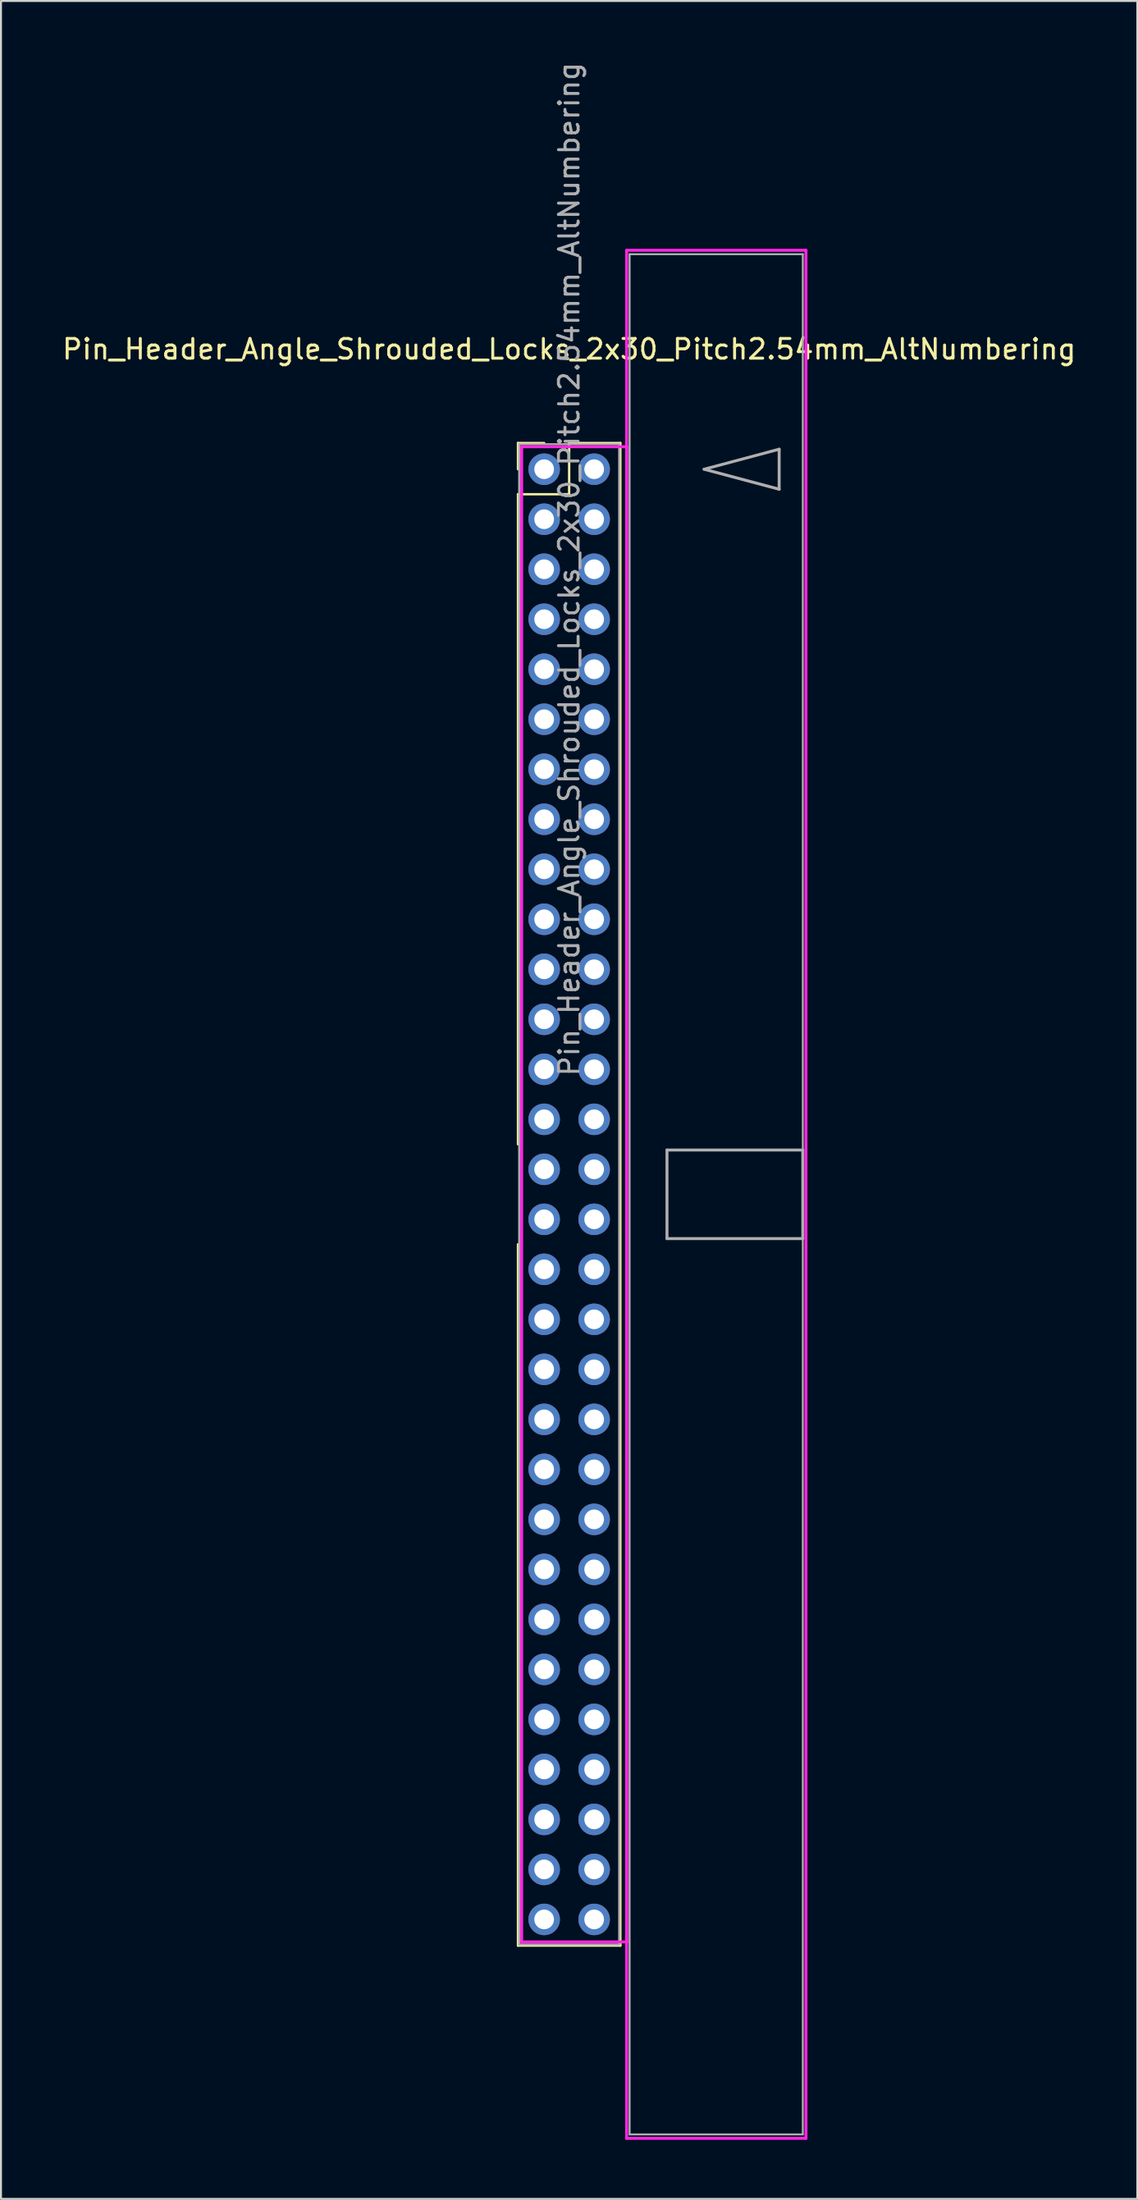
<source format=kicad_pcb>
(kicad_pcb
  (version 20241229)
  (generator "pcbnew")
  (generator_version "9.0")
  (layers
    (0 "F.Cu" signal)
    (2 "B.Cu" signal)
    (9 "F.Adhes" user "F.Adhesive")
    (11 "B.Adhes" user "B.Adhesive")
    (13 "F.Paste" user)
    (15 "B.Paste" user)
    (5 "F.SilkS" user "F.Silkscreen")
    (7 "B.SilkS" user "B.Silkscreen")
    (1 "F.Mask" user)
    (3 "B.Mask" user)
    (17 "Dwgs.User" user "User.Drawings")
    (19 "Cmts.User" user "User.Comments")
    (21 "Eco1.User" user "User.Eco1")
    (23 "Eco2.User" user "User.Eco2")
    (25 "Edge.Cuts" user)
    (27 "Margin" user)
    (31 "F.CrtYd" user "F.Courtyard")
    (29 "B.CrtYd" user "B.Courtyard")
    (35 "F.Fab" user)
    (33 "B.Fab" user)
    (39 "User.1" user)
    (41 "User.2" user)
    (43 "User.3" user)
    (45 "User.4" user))
  (footprint "Pin_Header_Angle_Shrouded_Locks_2x30_Pitch2.54mm_AltNumbering"
    (layer "F.Cu")
    (at 24.593 20.783)
    (property "Reference" "Pin_Header_Angle_Shrouded_Locks_2x30_Pitch2.54mm_AltNumbering" (at 1.27 -6.096 0) (layer "F.SilkS") (effects (font (size 1 1) (thickness 0.15))))
    (attr through_hole)
    (fp_line (start -1.33 -1.33) (end 0 -1.33) (stroke (width 0.12) (type solid)) (layer "F.SilkS"))
    (fp_line (start -1.33 0) (end -1.33 -1.33) (stroke (width 0.12) (type solid)) (layer "F.SilkS"))
    (fp_line (start -1.33 1.27) (end -1.33 34.29) (stroke (width 0.12) (type solid)) (layer "F.SilkS"))
    (fp_line (start -1.33 1.27) (end 1.27 1.27) (stroke (width 0.12) (type solid)) (layer "F.SilkS"))
    (fp_line (start -1.33 39.37) (end -1.33 74.99) (stroke (width 0.12) (type solid)) (layer "F.SilkS"))
    (fp_line (start -1.33 74.99) (end 3.87 74.99) (stroke (width 0.12) (type solid)) (layer "F.SilkS"))
    (fp_line (start 1.27 -1.33) (end 3.87 -1.33) (stroke (width 0.12) (type solid)) (layer "F.SilkS"))
    (fp_line (start 1.27 1.27) (end 1.27 -1.33) (stroke (width 0.12) (type solid)) (layer "F.SilkS"))
    (fp_line (start 3.87 -1.33) (end 3.87 74.99) (stroke (width 0.12) (type solid)) (layer "F.SilkS"))
    (fp_line (start -1.143 -1.143) (end -1.143 74.803) (stroke (width 0.15) (type solid)) (layer "F.CrtYd"))
    (fp_line (start -1.143 74.803) (end 4.19 74.803) (stroke (width 0.15) (type solid)) (layer "F.CrtYd"))
    (fp_line (start 4.19 -11.12) (end 4.19 84.78) (stroke (width 0.15) (type solid)) (layer "F.CrtYd"))
    (fp_line (start 4.19 -1.143) (end -1.143 -1.143) (stroke (width 0.15) (type solid)) (layer "F.CrtYd"))
    (fp_line (start 4.19 74.803) (end 4.19 -1.143) (stroke (width 0.15) (type solid)) (layer "F.CrtYd"))
    (fp_line (start 4.19 84.78) (end 13.3 84.78) (stroke (width 0.15) (type solid)) (layer "F.CrtYd"))
    (fp_line (start 13.3 -11.12) (end 4.19 -11.12) (stroke (width 0.15) (type solid)) (layer "F.CrtYd"))
    (fp_line (start 13.3 84.78) (end 13.3 -11.12) (stroke (width 0.15) (type solid)) (layer "F.CrtYd"))
    (fp_line (start -1.27 -1.27) (end -1.27 74.93) (stroke (width 0.1) (type solid)) (layer "F.Fab"))
    (fp_line (start -1.27 74.93) (end 3.81 74.93) (stroke (width 0.1) (type solid)) (layer "F.Fab"))
    (fp_line (start 3.81 -1.27) (end -1.27 -1.27) (stroke (width 0.1) (type solid)) (layer "F.Fab"))
    (fp_line (start 3.81 74.93) (end 3.81 -1.27) (stroke (width 0.1) (type solid)) (layer "F.Fab"))
    (fp_line (start 4.34 -10.92) (end 4.34 84.58) (stroke (width 0.1) (type solid)) (layer "F.Fab"))
    (fp_line (start 4.34 84.58) (end 13.14 84.58) (stroke (width 0.1) (type solid)) (layer "F.Fab"))
    (fp_line (start 6.24 34.58) (end 6.24 39.08) (stroke (width 0.15) (type solid)) (layer "F.Fab"))
    (fp_line (start 6.24 39.08) (end 13.14 39.08) (stroke (width 0.15) (type solid)) (layer "F.Fab"))
    (fp_line (start 8.128 0) (end 11.938 -1.016) (stroke (width 0.15) (type solid)) (layer "F.Fab"))
    (fp_line (start 11.938 -1.016) (end 11.938 1.016) (stroke (width 0.15) (type solid)) (layer "F.Fab"))
    (fp_line (start 11.938 1.016) (end 8.128 0) (stroke (width 0.15) (type solid)) (layer "F.Fab"))
    (fp_line (start 13.14 -10.92) (end 4.34 -10.92) (stroke (width 0.1) (type solid)) (layer "F.Fab"))
    (fp_line (start 13.14 34.58) (end 6.24 34.58) (stroke (width 0.15) (type solid)) (layer "F.Fab"))
    (fp_line (start 13.14 39.08) (end 13.14 34.58) (stroke (width 0.15) (type solid)) (layer "F.Fab"))
    (fp_line (start 13.14 84.58) (end 13.14 -10.92) (stroke (width 0.1) (type solid)) (layer "F.Fab"))
    (fp_text user "${REFERENCE}" (at 1.27 5.08 90) (layer "F.Fab") (effects (font (size 1 1) (thickness 0.15))))
    (pad "1" thru_hole oval (at 0 0) (size 1.6 1.6) (drill 1) (layers "*.Cu" "*.Mask"))
    (pad "2" thru_hole oval (at 0 2.54) (size 1.6 1.6) (drill 1) (layers "*.Cu" "*.Mask"))
    (pad "3" thru_hole oval (at 0 5.08) (size 1.6 1.6) (drill 1) (layers "*.Cu" "*.Mask"))
    (pad "4" thru_hole oval (at 0 7.62) (size 1.6 1.6) (drill 1) (layers "*.Cu" "*.Mask"))
    (pad "5" thru_hole oval (at 0 10.16) (size 1.6 1.6) (drill 1) (layers "*.Cu" "*.Mask"))
    (pad "6" thru_hole oval (at 0 12.7) (size 1.6 1.6) (drill 1) (layers "*.Cu" "*.Mask"))
    (pad "7" thru_hole oval (at 0 15.24) (size 1.6 1.6) (drill 1) (layers "*.Cu" "*.Mask"))
    (pad "8" thru_hole oval (at 0 17.78) (size 1.6 1.6) (drill 1) (layers "*.Cu" "*.Mask"))
    (pad "9" thru_hole oval (at 0 20.32) (size 1.6 1.6) (drill 1) (layers "*.Cu" "*.Mask"))
    (pad "10" thru_hole oval (at 0 22.86) (size 1.6 1.6) (drill 1) (layers "*.Cu" "*.Mask"))
    (pad "11" thru_hole oval (at 0 25.4) (size 1.6 1.6) (drill 1) (layers "*.Cu" "*.Mask"))
    (pad "12" thru_hole oval (at 0 27.94) (size 1.6 1.6) (drill 1) (layers "*.Cu" "*.Mask"))
    (pad "13" thru_hole oval (at 0 30.48) (size 1.6 1.6) (drill 1) (layers "*.Cu" "*.Mask"))
    (pad "14" thru_hole oval (at 0 33.02) (size 1.6 1.6) (drill 1) (layers "*.Cu" "*.Mask"))
    (pad "15" thru_hole oval (at 0 35.56) (size 1.6 1.6) (drill 1) (layers "*.Cu" "*.Mask"))
    (pad "16" thru_hole oval (at 0 38.1) (size 1.6 1.6) (drill 1) (layers "*.Cu" "*.Mask"))
    (pad "17" thru_hole oval (at 0 40.64) (size 1.6 1.6) (drill 1) (layers "*.Cu" "*.Mask"))
    (pad "18" thru_hole oval (at 0 43.18) (size 1.6 1.6) (drill 1) (layers "*.Cu" "*.Mask"))
    (pad "19" thru_hole oval (at 0 45.72) (size 1.6 1.6) (drill 1) (layers "*.Cu" "*.Mask"))
    (pad "20" thru_hole oval (at 0 48.26) (size 1.6 1.6) (drill 1) (layers "*.Cu" "*.Mask"))
    (pad "21" thru_hole oval (at 0 50.8) (size 1.6 1.6) (drill 1) (layers "*.Cu" "*.Mask"))
    (pad "22" thru_hole oval (at 0 53.34) (size 1.6 1.6) (drill 1) (layers "*.Cu" "*.Mask"))
    (pad "23" thru_hole oval (at 0 55.88) (size 1.6 1.6) (drill 1) (layers "*.Cu" "*.Mask"))
    (pad "24" thru_hole oval (at 0 58.42) (size 1.6 1.6) (drill 1) (layers "*.Cu" "*.Mask"))
    (pad "25" thru_hole oval (at 0 60.96) (size 1.6 1.6) (drill 1) (layers "*.Cu" "*.Mask"))
    (pad "26" thru_hole oval (at 0 63.5) (size 1.6 1.6) (drill 1) (layers "*.Cu" "*.Mask"))
    (pad "27" thru_hole oval (at 0 66.04) (size 1.6 1.6) (drill 1) (layers "*.Cu" "*.Mask"))
    (pad "28" thru_hole oval (at 0 68.58) (size 1.6 1.6) (drill 1) (layers "*.Cu" "*.Mask"))
    (pad "29" thru_hole oval (at 0 71.12) (size 1.6 1.6) (drill 1) (layers "*.Cu" "*.Mask"))
    (pad "30" thru_hole oval (at 0 73.66) (size 1.6 1.6) (drill 1) (layers "*.Cu" "*.Mask"))
    (pad "31" thru_hole oval (at 2.54 0) (size 1.6 1.6) (drill 1) (layers "*.Cu" "*.Mask"))
    (pad "32" thru_hole oval (at 2.54 2.54) (size 1.6 1.6) (drill 1) (layers "*.Cu" "*.Mask"))
    (pad "33" thru_hole oval (at 2.54 5.08) (size 1.6 1.6) (drill 1) (layers "*.Cu" "*.Mask"))
    (pad "34" thru_hole oval (at 2.54 7.62) (size 1.6 1.6) (drill 1) (layers "*.Cu" "*.Mask"))
    (pad "35" thru_hole oval (at 2.54 10.16) (size 1.6 1.6) (drill 1) (layers "*.Cu" "*.Mask"))
    (pad "36" thru_hole oval (at 2.54 12.7) (size 1.6 1.6) (drill 1) (layers "*.Cu" "*.Mask"))
    (pad "37" thru_hole oval (at 2.54 15.24) (size 1.6 1.6) (drill 1) (layers "*.Cu" "*.Mask"))
    (pad "38" thru_hole oval (at 2.54 17.78) (size 1.6 1.6) (drill 1) (layers "*.Cu" "*.Mask"))
    (pad "39" thru_hole oval (at 2.54 20.32) (size 1.6 1.6) (drill 1) (layers "*.Cu" "*.Mask"))
    (pad "40" thru_hole oval (at 2.54 22.86) (size 1.6 1.6) (drill 1) (layers "*.Cu" "*.Mask"))
    (pad "41" thru_hole oval (at 2.54 25.4) (size 1.6 1.6) (drill 1) (layers "*.Cu" "*.Mask"))
    (pad "42" thru_hole oval (at 2.54 27.94) (size 1.6 1.6) (drill 1) (layers "*.Cu" "*.Mask"))
    (pad "43" thru_hole oval (at 2.54 30.48) (size 1.6 1.6) (drill 1) (layers "*.Cu" "*.Mask"))
    (pad "44" thru_hole oval (at 2.54 33.02) (size 1.6 1.6) (drill 1) (layers "*.Cu" "*.Mask"))
    (pad "45" thru_hole oval (at 2.54 35.56) (size 1.6 1.6) (drill 1) (layers "*.Cu" "*.Mask"))
    (pad "46" thru_hole oval (at 2.54 38.1) (size 1.6 1.6) (drill 1) (layers "*.Cu" "*.Mask"))
    (pad "47" thru_hole oval (at 2.54 40.64) (size 1.6 1.6) (drill 1) (layers "*.Cu" "*.Mask"))
    (pad "48" thru_hole oval (at 2.54 43.18) (size 1.6 1.6) (drill 1) (layers "*.Cu" "*.Mask"))
    (pad "49" thru_hole oval (at 2.54 45.72) (size 1.6 1.6) (drill 1) (layers "*.Cu" "*.Mask"))
    (pad "50" thru_hole oval (at 2.54 48.26) (size 1.6 1.6) (drill 1) (layers "*.Cu" "*.Mask"))
    (pad "51" thru_hole oval (at 2.54 50.8) (size 1.6 1.6) (drill 1) (layers "*.Cu" "*.Mask"))
    (pad "52" thru_hole oval (at 2.54 53.34) (size 1.6 1.6) (drill 1) (layers "*.Cu" "*.Mask"))
    (pad "53" thru_hole oval (at 2.54 55.88) (size 1.6 1.6) (drill 1) (layers "*.Cu" "*.Mask"))
    (pad "54" thru_hole oval (at 2.54 58.42) (size 1.6 1.6) (drill 1) (layers "*.Cu" "*.Mask"))
    (pad "55" thru_hole oval (at 2.54 60.96) (size 1.6 1.6) (drill 1) (layers "*.Cu" "*.Mask"))
    (pad "56" thru_hole oval (at 2.54 63.5) (size 1.6 1.6) (drill 1) (layers "*.Cu" "*.Mask"))
    (pad "57" thru_hole oval (at 2.54 66.04) (size 1.6 1.6) (drill 1) (layers "*.Cu" "*.Mask"))
    (pad "58" thru_hole oval (at 2.54 68.58) (size 1.6 1.6) (drill 1) (layers "*.Cu" "*.Mask"))
    (pad "59" thru_hole oval (at 2.54 71.12) (size 1.6 1.6) (drill 1) (layers "*.Cu" "*.Mask"))
    (pad "60" thru_hole oval (at 2.54 73.66) (size 1.6 1.6) (drill 1) (layers "*.Cu" "*.Mask")))
  (gr_rect
    (start -3 -3)
    (end 54.726 108.638)
    (stroke (width 0.1) (type default))
    (fill no)
    (layer "Edge.Cuts")))
</source>
